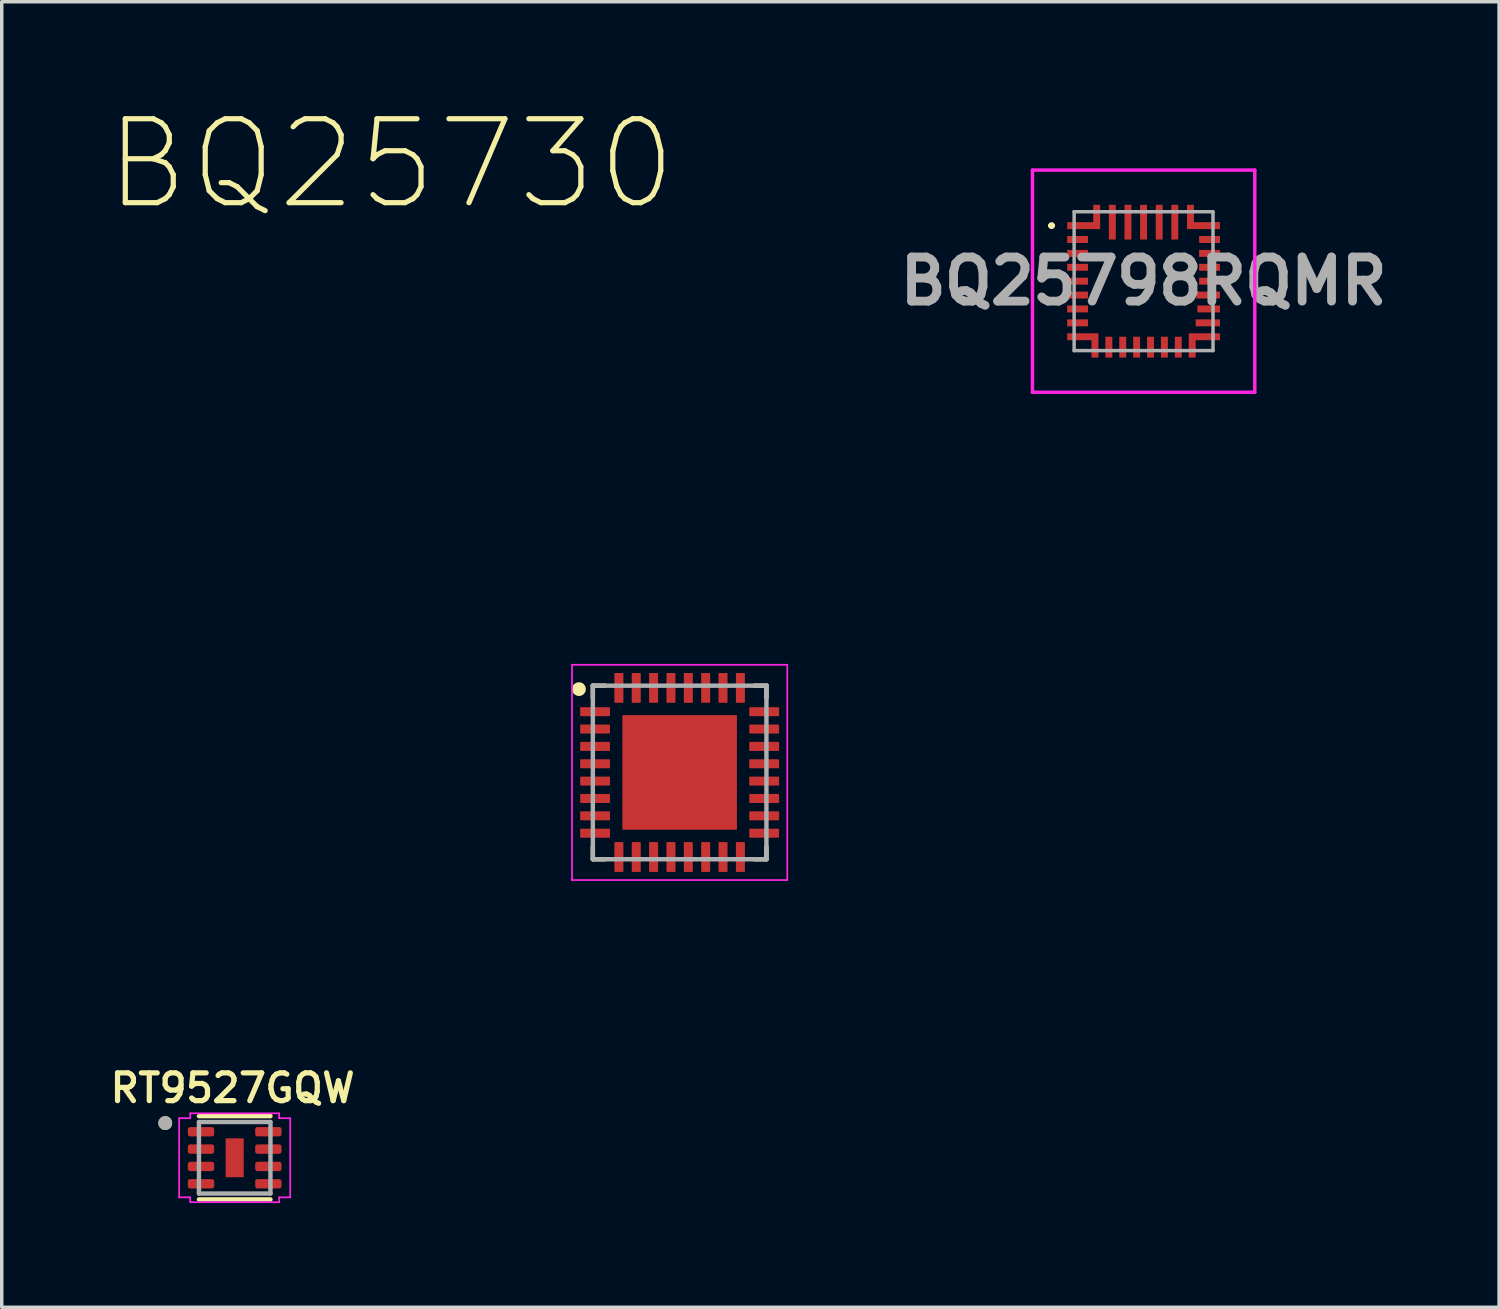
<source format=kicad_pcb>
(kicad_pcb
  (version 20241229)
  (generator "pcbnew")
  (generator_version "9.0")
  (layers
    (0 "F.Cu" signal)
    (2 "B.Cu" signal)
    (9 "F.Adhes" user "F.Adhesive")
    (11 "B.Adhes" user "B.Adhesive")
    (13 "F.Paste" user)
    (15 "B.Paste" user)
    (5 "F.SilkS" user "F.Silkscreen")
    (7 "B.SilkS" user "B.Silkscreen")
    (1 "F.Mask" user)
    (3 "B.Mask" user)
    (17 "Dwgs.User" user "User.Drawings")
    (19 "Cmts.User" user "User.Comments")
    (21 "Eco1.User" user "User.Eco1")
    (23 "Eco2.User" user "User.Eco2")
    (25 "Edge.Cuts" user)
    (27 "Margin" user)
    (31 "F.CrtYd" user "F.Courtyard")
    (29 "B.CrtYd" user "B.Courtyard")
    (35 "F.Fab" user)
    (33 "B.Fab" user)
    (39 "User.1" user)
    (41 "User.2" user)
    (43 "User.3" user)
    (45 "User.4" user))
  (footprint "BQ25730"
    (layer "F.Cu")
    (at 16.526 19.199)
    (property "Reference" "BQ25730" (at -8.313 -17.522 0) (layer "F.SilkS") (effects (font (size 2.417 2.417) (thickness 0.15))))
    (attr smd)
    (fp_line (start -2.5 -2.5) (end -2.15 -2.5) (stroke (width 0.127) (type solid)) (layer "F.SilkS"))
    (fp_line (start -2.5 -2.15) (end -2.5 -2.5) (stroke (width 0.127) (type solid)) (layer "F.SilkS"))
    (fp_line (start -2.5 2.5) (end -2.5 2.15) (stroke (width 0.127) (type solid)) (layer "F.SilkS"))
    (fp_line (start -2.15 2.5) (end -2.5 2.5) (stroke (width 0.127) (type solid)) (layer "F.SilkS"))
    (fp_line (start 2.15 -2.5) (end 2.5 -2.5) (stroke (width 0.127) (type solid)) (layer "F.SilkS"))
    (fp_line (start 2.15 2.5) (end 2.5 2.5) (stroke (width 0.127) (type solid)) (layer "F.SilkS"))
    (fp_line (start 2.5 -2.5) (end 2.5 -2.15) (stroke (width 0.127) (type solid)) (layer "F.SilkS"))
    (fp_line (start 2.5 2.5) (end 2.5 2.15) (stroke (width 0.127) (type solid)) (layer "F.SilkS"))
    (fp_circle (center -2.9 -2.4) (end -2.8 -2.4) (stroke (width 0.2) (type solid)) (fill no) (layer "F.SilkS"))
    (fp_poly (pts (xy -5.354 -1.15) (xy 1.15 -1.15) (xy 1.15 5.354) (xy -5.354 5.354)) (stroke (width 0.01) (type solid)) (fill yes) (layer "F.Paste"))
    (fp_line (start -3.1 -3.1) (end 3.1 -3.1) (stroke (width 0.05) (type solid)) (layer "F.CrtYd"))
    (fp_line (start -3.1 3.1) (end -3.1 -3.1) (stroke (width 0.05) (type solid)) (layer "F.CrtYd"))
    (fp_line (start 3.1 -3.1) (end 3.1 3.1) (stroke (width 0.05) (type solid)) (layer "F.CrtYd"))
    (fp_line (start 3.1 3.1) (end -3.1 3.1) (stroke (width 0.05) (type solid)) (layer "F.CrtYd"))
    (fp_line (start -2.5 -2.5) (end 2.5 -2.5) (stroke (width 0.127) (type solid)) (layer "F.Fab"))
    (fp_line (start -2.5 2.5) (end -2.5 -2.5) (stroke (width 0.127) (type solid)) (layer "F.Fab"))
    (fp_line (start 2.5 -2.5) (end 2.5 2.5) (stroke (width 0.127) (type solid)) (layer "F.Fab"))
    (fp_line (start 2.5 2.5) (end -2.5 2.5) (stroke (width 0.127) (type solid)) (layer "F.Fab"))
    (pad "1" smd roundrect (at -2.435 -1.75) (size 0.86 0.26) (layers "F.Cu" "F.Mask" "F.Paste") (roundrect_rratio 0.09))
    (pad "2" smd roundrect (at -2.435 -1.25) (size 0.86 0.26) (layers "F.Cu" "F.Mask" "F.Paste") (roundrect_rratio 0.09))
    (pad "3" smd roundrect (at -2.435 -0.75) (size 0.86 0.26) (layers "F.Cu" "F.Mask" "F.Paste") (roundrect_rratio 0.09))
    (pad "4" smd roundrect (at -2.435 -0.25) (size 0.86 0.26) (layers "F.Cu" "F.Mask" "F.Paste") (roundrect_rratio 0.09))
    (pad "5" smd roundrect (at -2.435 0.25) (size 0.86 0.26) (layers "F.Cu" "F.Mask" "F.Paste") (roundrect_rratio 0.09))
    (pad "6" smd roundrect (at -2.435 0.75) (size 0.86 0.26) (layers "F.Cu" "F.Mask" "F.Paste") (roundrect_rratio 0.09))
    (pad "7" smd roundrect (at -2.435 1.25) (size 0.86 0.26) (layers "F.Cu" "F.Mask" "F.Paste") (roundrect_rratio 0.09))
    (pad "8" smd roundrect (at -2.435 1.75) (size 0.86 0.26) (layers "F.Cu" "F.Mask" "F.Paste") (roundrect_rratio 0.09))
    (pad "9" smd roundrect (at -1.75 2.435 90) (size 0.86 0.26) (layers "F.Cu" "F.Mask" "F.Paste") (roundrect_rratio 0.09))
    (pad "10" smd roundrect (at -1.25 2.435 90) (size 0.86 0.26) (layers "F.Cu" "F.Mask" "F.Paste") (roundrect_rratio 0.09))
    (pad "11" smd roundrect (at -0.75 2.435 90) (size 0.86 0.26) (layers "F.Cu" "F.Mask" "F.Paste") (roundrect_rratio 0.09))
    (pad "12" smd roundrect (at -0.25 2.435 90) (size 0.86 0.26) (layers "F.Cu" "F.Mask" "F.Paste") (roundrect_rratio 0.09))
    (pad "13" smd roundrect (at 0.25 2.435 90) (size 0.86 0.26) (layers "F.Cu" "F.Mask" "F.Paste") (roundrect_rratio 0.09))
    (pad "14" smd roundrect (at 0.75 2.435 90) (size 0.86 0.26) (layers "F.Cu" "F.Mask" "F.Paste") (roundrect_rratio 0.09))
    (pad "15" smd roundrect (at 1.25 2.435 90) (size 0.86 0.26) (layers "F.Cu" "F.Mask" "F.Paste") (roundrect_rratio 0.09))
    (pad "16" smd roundrect (at 1.75 2.435 90) (size 0.86 0.26) (layers "F.Cu" "F.Mask" "F.Paste") (roundrect_rratio 0.09))
    (pad "17" smd roundrect (at 2.435 1.75) (size 0.86 0.26) (layers "F.Cu" "F.Mask" "F.Paste") (roundrect_rratio 0.09))
    (pad "18" smd roundrect (at 2.435 1.25) (size 0.86 0.26) (layers "F.Cu" "F.Mask" "F.Paste") (roundrect_rratio 0.09))
    (pad "19" smd roundrect (at 2.435 0.75) (size 0.86 0.26) (layers "F.Cu" "F.Mask" "F.Paste") (roundrect_rratio 0.09))
    (pad "20" smd roundrect (at 2.435 0.25) (size 0.86 0.26) (layers "F.Cu" "F.Mask" "F.Paste") (roundrect_rratio 0.09))
    (pad "21" smd roundrect (at 2.435 -0.25) (size 0.86 0.26) (layers "F.Cu" "F.Mask" "F.Paste") (roundrect_rratio 0.09))
    (pad "22" smd roundrect (at 2.435 -0.75) (size 0.86 0.26) (layers "F.Cu" "F.Mask" "F.Paste") (roundrect_rratio 0.09))
    (pad "23" smd roundrect (at 2.435 -1.25) (size 0.86 0.26) (layers "F.Cu" "F.Mask" "F.Paste") (roundrect_rratio 0.09))
    (pad "24" smd roundrect (at 2.435 -1.75) (size 0.86 0.26) (layers "F.Cu" "F.Mask" "F.Paste") (roundrect_rratio 0.09))
    (pad "25" smd roundrect (at 1.75 -2.435 90) (size 0.86 0.26) (layers "F.Cu" "F.Mask" "F.Paste") (roundrect_rratio 0.09))
    (pad "26" smd roundrect (at 1.25 -2.435 90) (size 0.86 0.26) (layers "F.Cu" "F.Mask" "F.Paste") (roundrect_rratio 0.09))
    (pad "27" smd roundrect (at 0.75 -2.435 90) (size 0.86 0.26) (layers "F.Cu" "F.Mask" "F.Paste") (roundrect_rratio 0.09))
    (pad "28" smd roundrect (at 0.25 -2.435 90) (size 0.86 0.26) (layers "F.Cu" "F.Mask" "F.Paste") (roundrect_rratio 0.09))
    (pad "29" smd roundrect (at -0.25 -2.435 90) (size 0.86 0.26) (layers "F.Cu" "F.Mask" "F.Paste") (roundrect_rratio 0.09))
    (pad "30" smd roundrect (at -0.75 -2.435 90) (size 0.86 0.26) (layers "F.Cu" "F.Mask" "F.Paste") (roundrect_rratio 0.09))
    (pad "31" smd roundrect (at -1.25 -2.435 90) (size 0.86 0.26) (layers "F.Cu" "F.Mask" "F.Paste") (roundrect_rratio 0.09))
    (pad "32" smd roundrect (at -1.75 -2.435 90) (size 0.86 0.26) (layers "F.Cu" "F.Mask" "F.Paste") (roundrect_rratio 0.09))
    (pad "33" smd rect (at 0 0) (size 3.3 3.3) (layers "F.Cu" "F.Mask")))
  (footprint "BQ25798RQMR"
    (layer "F.Cu")
    (at 29.889 5.049)
    (property "Reference" "BQ25798RQMR" (at 0.001 -3.86 0) (layer "User.2") (effects (font (size 1.27 1.27) (thickness 0.254))))
    (attr smd)
    (fp_line (start -2.7 -1.6) (end -2.7 -1.6) (stroke (width 0.1) (type solid)) (layer "F.SilkS"))
    (fp_line (start -2.6 -1.6) (end -2.6 -1.6) (stroke (width 0.1) (type solid)) (layer "F.SilkS"))
    (fp_arc (start -2.7 -1.6) (mid -2.65 -1.65) (end -2.6 -1.6) (stroke (width 0.1) (type solid)) (layer "F.SilkS"))
    (fp_arc (start -2.6 -1.6) (mid -2.65 -1.55) (end -2.7 -1.6) (stroke (width 0.1) (type solid)) (layer "F.SilkS"))
    (fp_line (start -3.2 -3.2) (end 3.203 -3.2) (stroke (width 0.1) (type solid)) (layer "F.CrtYd"))
    (fp_line (start -3.2 3.2) (end -3.2 -3.2) (stroke (width 0.1) (type solid)) (layer "F.CrtYd"))
    (fp_line (start 3.203 -3.2) (end 3.203 3.2) (stroke (width 0.1) (type solid)) (layer "F.CrtYd"))
    (fp_line (start 3.203 3.2) (end -3.2 3.2) (stroke (width 0.1) (type solid)) (layer "F.CrtYd"))
    (fp_line (start -2 -2) (end -2 2) (stroke (width 0.1) (type solid)) (layer "F.Fab"))
    (fp_line (start -2 2) (end 2 2) (stroke (width 0.1) (type solid)) (layer "F.Fab"))
    (fp_line (start 2 -2) (end -2 -2) (stroke (width 0.1) (type solid)) (layer "F.Fab"))
    (fp_line (start 2 2) (end 2 -2) (stroke (width 0.1) (type solid)) (layer "F.Fab"))
    (fp_text user "${REFERENCE}" (at 0.001 0 0) (layer "F.Fab") (effects (font (size 1.27 1.27) (thickness 0.254))))
    (pad "1" smd custom (at -1.725 -1.6 90) (size 0.2 0.95) (layers "F.Cu" "F.Mask" "F.Paste") (options (anchor rect)) (primitives (gr_poly (pts (xy 0.6 0.275) (xy 0.6 0.475) (xy -0.1 0.475) (xy -0.1 0.275)) (width 0) (fill yes))))
    (pad "2" smd rect (at -1.9 -1.2 90) (size 0.2 0.6) (layers "F.Cu" "F.Mask" "F.Paste"))
    (pad "3" smd rect (at -1.9 -0.8 90) (size 0.2 0.6) (layers "F.Cu" "F.Mask" "F.Paste"))
    (pad "4" smd rect (at -1.9 -0.4 90) (size 0.2 0.6) (layers "F.Cu" "F.Mask" "F.Paste"))
    (pad "5" smd rect (at -1.9 0 90) (size 0.2 0.6) (layers "F.Cu" "F.Mask" "F.Paste"))
    (pad "6" smd rect (at -1.9 0.4 90) (size 0.2 0.6) (layers "F.Cu" "F.Mask" "F.Paste"))
    (pad "7" smd rect (at -1.9 0.8 90) (size 0.2 0.6) (layers "F.Cu" "F.Mask" "F.Paste"))
    (pad "8" smd rect (at -1.9 1.2 90) (size 0.2 0.6) (layers "F.Cu" "F.Mask" "F.Paste"))
    (pad "9" smd custom (at -1.75 1.6 90) (size 0.2 0.9) (layers "F.Cu" "F.Mask" "F.Paste") (options (anchor rect)) (primitives (gr_poly (pts (xy 0.1 0.25) (xy 0.1 0.45) (xy -0.6 0.45) (xy -0.6 0.25)) (width 0) (fill yes))))
    (pad "10" smd rect (at -1 1.9) (size 0.2 0.6) (layers "F.Cu" "F.Mask" "F.Paste"))
    (pad "11" smd rect (at -0.6 1.9) (size 0.2 0.6) (layers "F.Cu" "F.Mask" "F.Paste"))
    (pad "12" smd rect (at -0.2 1.9) (size 0.2 0.6) (layers "F.Cu" "F.Mask" "F.Paste"))
    (pad "13" smd rect (at 0.2 1.9) (size 0.2 0.6) (layers "F.Cu" "F.Mask" "F.Paste"))
    (pad "14" smd rect (at 0.6 1.9) (size 0.2 0.6) (layers "F.Cu" "F.Mask" "F.Paste"))
    (pad "15" smd rect (at 1 1.9) (size 0.2 0.6) (layers "F.Cu" "F.Mask" "F.Paste"))
    (pad "16" smd custom (at 1.752 1.6 90) (size 0.2 0.903) (layers "F.Cu" "F.Mask" "F.Paste") (options (anchor rect)) (primitives (gr_poly (pts (xy 0.1 -0.452) (xy 0.1 -0.252) (xy -0.6 -0.252) (xy -0.6 -0.452)) (width 0) (fill yes))))
    (pad "17" smd rect (at 1.85 1.2 90) (size 0.2 0.7) (layers "F.Cu" "F.Mask" "F.Paste"))
    (pad "18" smd rect (at 1.875 0.8 90) (size 0.2 0.65) (layers "F.Cu" "F.Mask" "F.Paste"))
    (pad "19" smd rect (at 1.86 0.4 90) (size 0.2 0.68) (layers "F.Cu" "F.Mask" "F.Paste"))
    (pad "20" smd rect (at 1.9 0 90) (size 0.2 0.6) (layers "F.Cu" "F.Mask" "F.Paste"))
    (pad "21" smd rect (at 1.9 -0.4 90) (size 0.2 0.6) (layers "F.Cu" "F.Mask" "F.Paste"))
    (pad "22" smd rect (at 1.9 -0.8 90) (size 0.2 0.6) (layers "F.Cu" "F.Mask" "F.Paste"))
    (pad "23" smd rect (at 1.9 -1.2 90) (size 0.2 0.6) (layers "F.Cu" "F.Mask" "F.Paste"))
    (pad "24" smd custom (at 1.725 -1.6 90) (size 0.2 0.95) (layers "F.Cu" "F.Mask" "F.Paste") (options (anchor rect)) (primitives (gr_poly (pts (xy 0.6 -0.475) (xy 0.6 -0.275) (xy -0.1 -0.275) (xy -0.1 -0.475)) (width 0) (fill yes))))
    (pad "25" smd rect (at 0.9 -1.7) (size 0.2 1) (layers "F.Cu" "F.Mask" "F.Paste"))
    (pad "26" smd rect (at 0.45 -1.7) (size 0.2 1) (layers "F.Cu" "F.Mask" "F.Paste"))
    (pad "27" smd rect (at 0 -1.7) (size 0.2 1) (layers "F.Cu" "F.Mask" "F.Paste"))
    (pad "28" smd rect (at -0.45 -1.7) (size 0.2 1) (layers "F.Cu" "F.Mask" "F.Paste"))
    (pad "29" smd rect (at -0.9 -1.7) (size 0.2 1) (layers "F.Cu" "F.Mask" "F.Paste")))
  (footprint "RT9527GQW"
    (layer "F.Cu")
    (at 3.71 30.298)
    (property "Reference" "RT9527GQW" (at -0.06 -2.008 0) (layer "F.SilkS") (effects (font (size 0.8 0.8) (thickness 0.15))))
    (attr smd)
    (fp_line (start -1.03 -1.199) (end 1.03 -1.199) (stroke (width 0.127) (type solid)) (layer "F.SilkS"))
    (fp_line (start -1.03 1.199) (end 1.03 1.199) (stroke (width 0.127) (type solid)) (layer "F.SilkS"))
    (fp_circle (center -2 -1) (end -1.9 -1) (stroke (width 0.2) (type solid)) (fill no) (layer "F.SilkS"))
    (fp_poly (pts (xy -0.161 -0.461) (xy 0.161 -0.461) (xy 0.161 0.461) (xy -0.161 0.461)) (stroke (width 0.01) (type solid)) (fill yes) (layer "F.Paste"))
    (fp_line (start -1.6 -1.14) (end -1.28 -1.14) (stroke (width 0.05) (type solid)) (layer "F.CrtYd"))
    (fp_line (start -1.6 1.14) (end -1.6 -1.14) (stroke (width 0.05) (type solid)) (layer "F.CrtYd"))
    (fp_line (start -1.28 -1.28) (end 1.28 -1.28) (stroke (width 0.05) (type solid)) (layer "F.CrtYd"))
    (fp_line (start -1.28 -1.14) (end -1.28 -1.28) (stroke (width 0.05) (type solid)) (layer "F.CrtYd"))
    (fp_line (start -1.28 1.14) (end -1.6 1.14) (stroke (width 0.05) (type solid)) (layer "F.CrtYd"))
    (fp_line (start -1.28 1.28) (end -1.28 1.14) (stroke (width 0.05) (type solid)) (layer "F.CrtYd"))
    (fp_line (start 1.28 -1.28) (end 1.28 -1.14) (stroke (width 0.05) (type solid)) (layer "F.CrtYd"))
    (fp_line (start 1.28 -1.14) (end 1.6 -1.14) (stroke (width 0.05) (type solid)) (layer "F.CrtYd"))
    (fp_line (start 1.28 1.14) (end 1.28 1.28) (stroke (width 0.05) (type solid)) (layer "F.CrtYd"))
    (fp_line (start 1.28 1.28) (end -1.28 1.28) (stroke (width 0.05) (type solid)) (layer "F.CrtYd"))
    (fp_line (start 1.6 -1.14) (end 1.6 1.14) (stroke (width 0.05) (type solid)) (layer "F.CrtYd"))
    (fp_line (start 1.6 1.14) (end 1.28 1.14) (stroke (width 0.05) (type solid)) (layer "F.CrtYd"))
    (fp_line (start -1.03 -1.03) (end 1.03 -1.03) (stroke (width 0.127) (type solid)) (layer "F.Fab"))
    (fp_line (start -1.03 1.03) (end -1.03 -1.03) (stroke (width 0.127) (type solid)) (layer "F.Fab"))
    (fp_line (start 1.03 -1.03) (end 1.03 1.03) (stroke (width 0.127) (type solid)) (layer "F.Fab"))
    (fp_line (start 1.03 1.03) (end -1.03 1.03) (stroke (width 0.127) (type solid)) (layer "F.Fab"))
    (fp_circle (center -2 -1) (end -1.9 -1) (stroke (width 0.2) (type solid)) (fill no) (layer "F.Fab"))
    (pad "1" smd roundrect (at -0.97 -0.75) (size 0.76 0.27) (layers "F.Cu" "F.Mask" "F.Paste") (roundrect_rratio 0.25))
    (pad "2" smd roundrect (at -0.97 -0.25) (size 0.76 0.27) (layers "F.Cu" "F.Mask" "F.Paste") (roundrect_rratio 0.25))
    (pad "3" smd roundrect (at -0.97 0.25) (size 0.76 0.27) (layers "F.Cu" "F.Mask" "F.Paste") (roundrect_rratio 0.25))
    (pad "4" smd roundrect (at -0.97 0.75) (size 0.76 0.27) (layers "F.Cu" "F.Mask" "F.Paste") (roundrect_rratio 0.25))
    (pad "5" smd roundrect (at 0.97 0.75) (size 0.76 0.27) (layers "F.Cu" "F.Mask" "F.Paste") (roundrect_rratio 0.25))
    (pad "6" smd roundrect (at 0.97 0.25) (size 0.76 0.27) (layers "F.Cu" "F.Mask" "F.Paste") (roundrect_rratio 0.25))
    (pad "7" smd roundrect (at 0.97 -0.25) (size 0.76 0.27) (layers "F.Cu" "F.Mask" "F.Paste") (roundrect_rratio 0.25))
    (pad "8" smd roundrect (at 0.97 -0.75) (size 0.76 0.27) (layers "F.Cu" "F.Mask" "F.Paste") (roundrect_rratio 0.25))
    (pad "9" smd rect (at 0 0) (size 0.52 1.12) (layers "F.Cu" "F.Mask")))
  (gr_rect
    (start -3 -3)
    (end 40.129 34.603)
    (stroke (width 0.1) (type default))
    (fill no)
    (layer "Edge.Cuts")))
</source>
